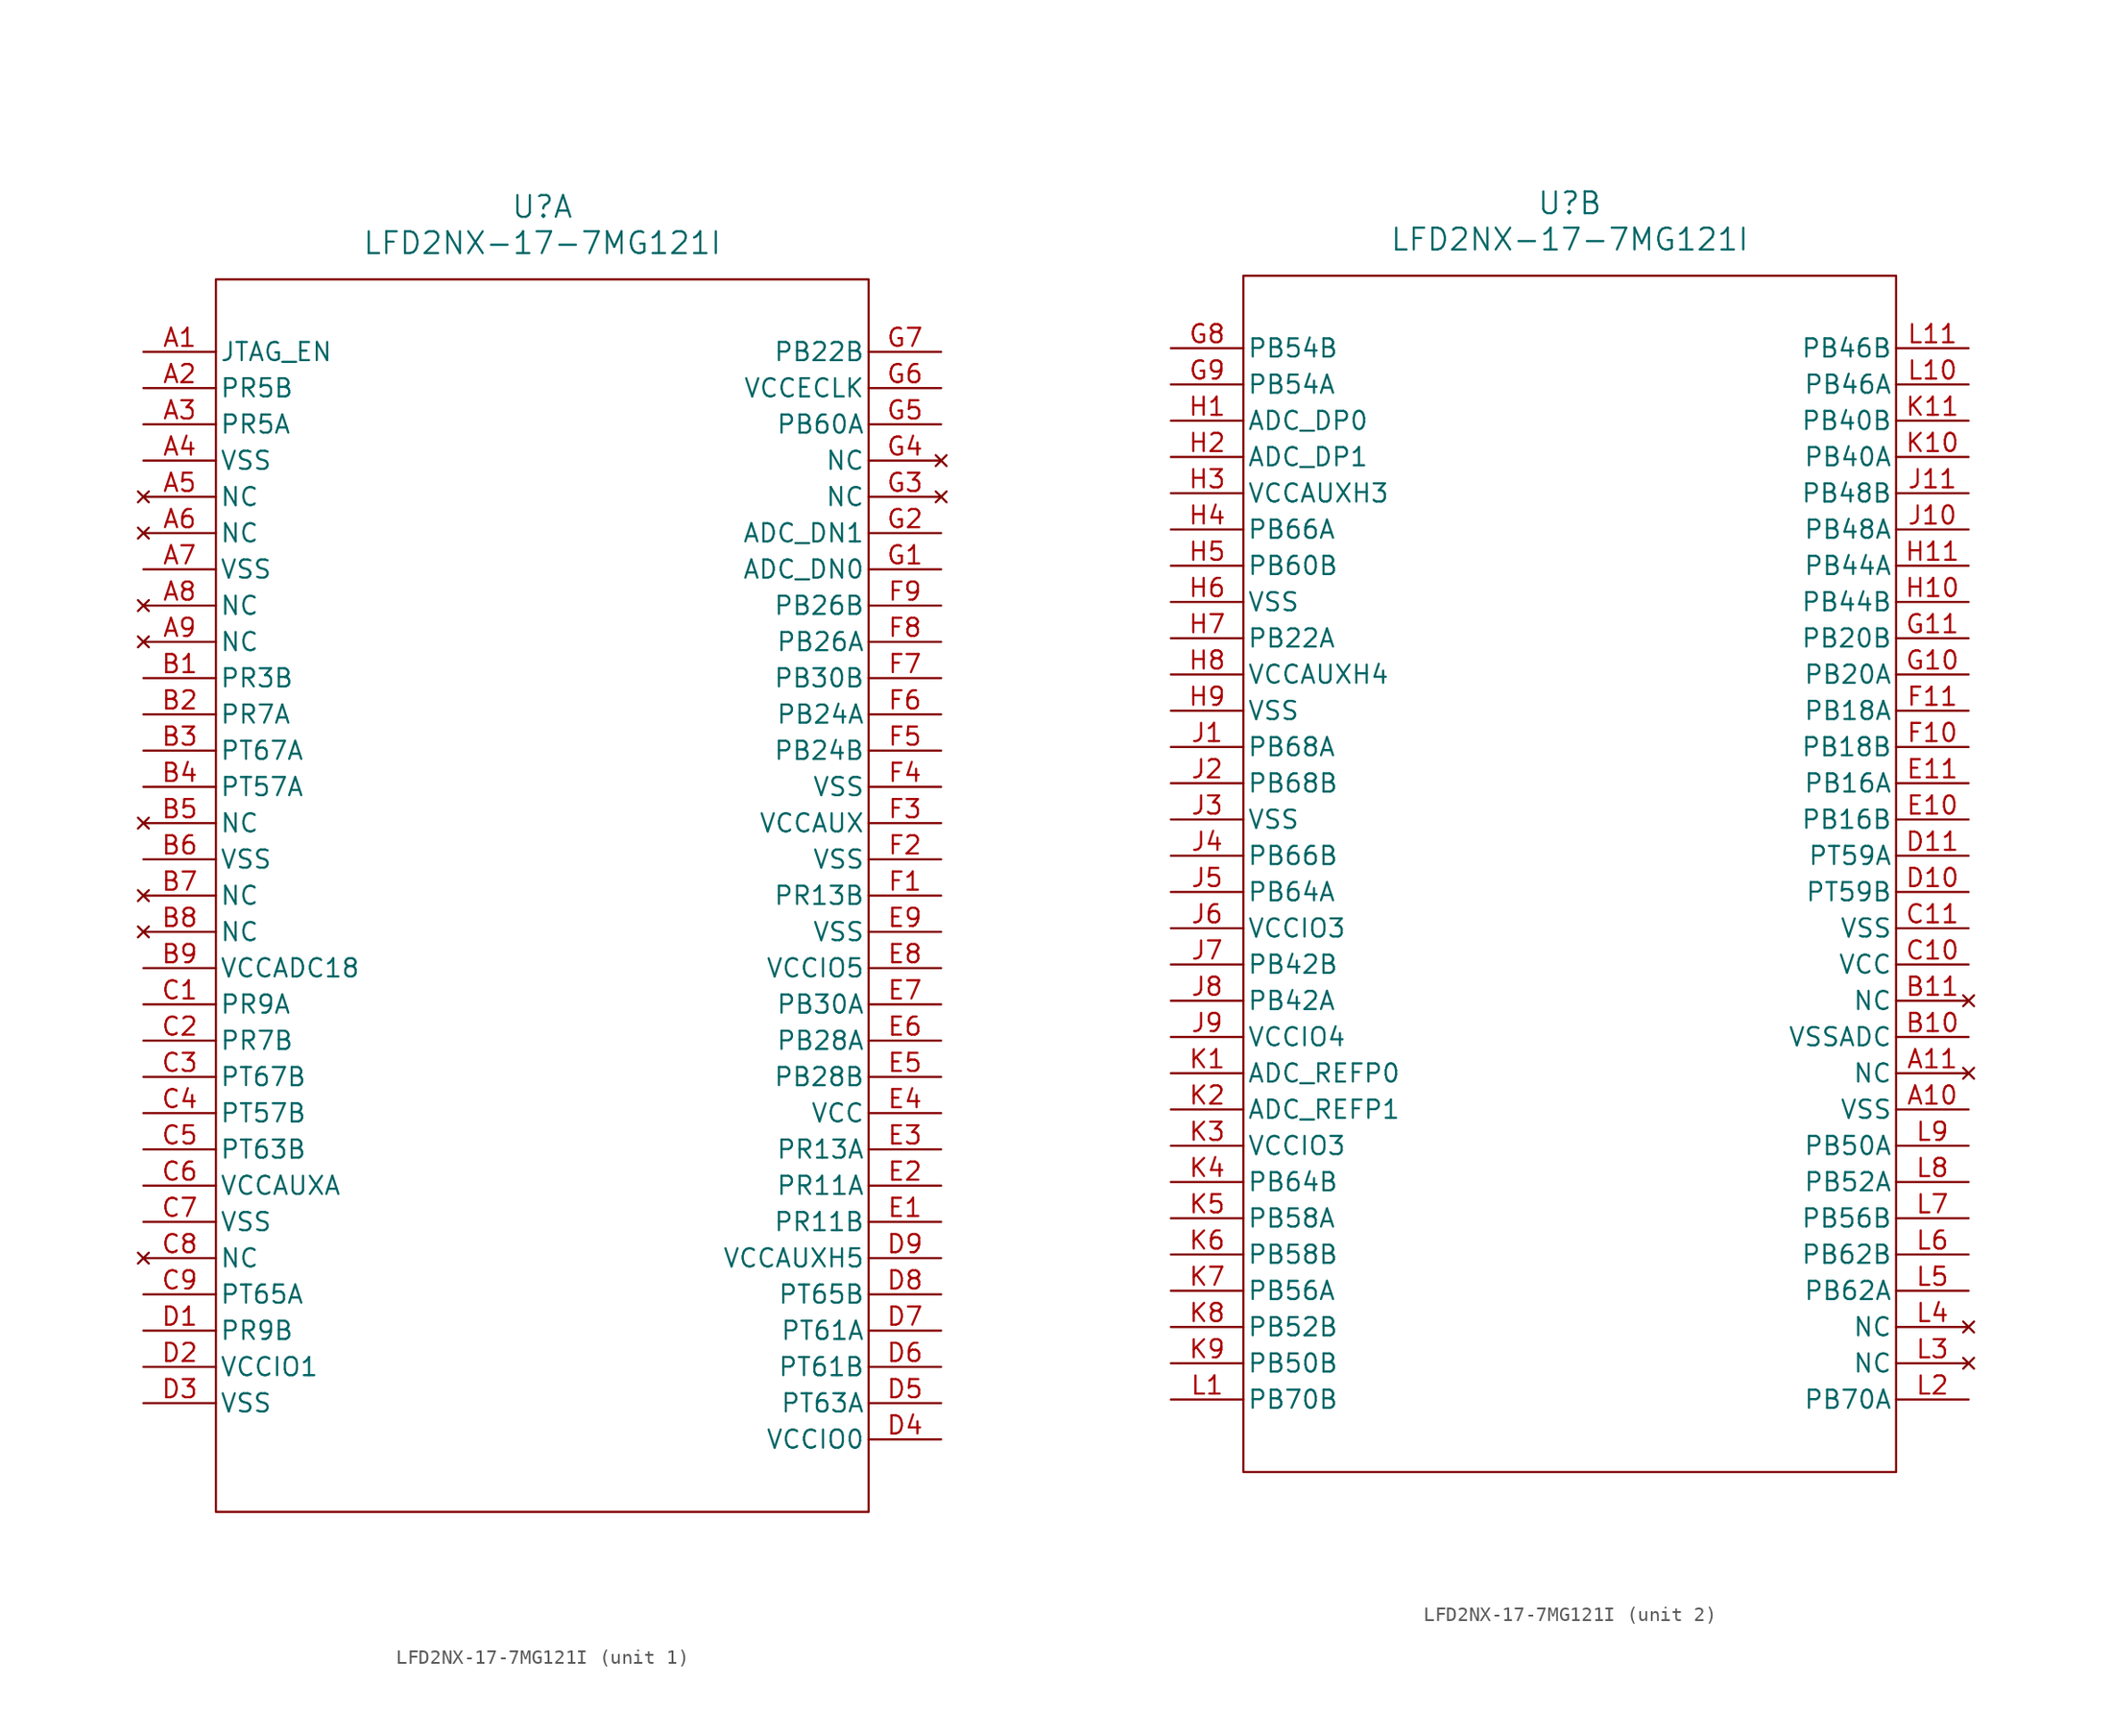
<source format=kicad_sym>
(kicad_symbol_lib
  (version 20241209)
  (generator "kicad_symbol_editor")
  (generator_version "9.0")
  (symbol "LFD2NX-17-7MG121I"
    (pin_names
      (offset 0.254))
    (property "Reference" "U"
      (at 27.94 10.16 0)
      (effects (font (size 1.524 1.524))))
    (property "Value" "LFD2NX-17-7MG121I"
      (at 27.94 7.62 0)
      (effects (font (size 1.524 1.524))))
    (property "ki_locked" ""
      (at 0 0 0)
      (effects (font (size 1.27 1.27))))
    (symbol "LFD2NX-17-7MG121I_1_1"
      (rectangle (start 50.8 5.08) (end 5.08 -81.28) (stroke (width 0) (type default)) (fill (type none)))
      (pin input line (at 0 0 0) (length 5.08) (name "JTAG_EN" (effects (font (size 1.27 1.27)))) (number "A1" (effects (font (size 1.27 1.27)))))
      (pin bidirectional line (at 0 -2.54 0) (length 5.08) (name "PR5B" (effects (font (size 1.27 1.27)))) (number "A2" (effects (font (size 1.27 1.27)))))
      (pin bidirectional line (at 0 -5.08 0) (length 5.08) (name "PR5A" (effects (font (size 1.27 1.27)))) (number "A3" (effects (font (size 1.27 1.27)))))
      (pin power_out line (at 0 -7.62 0) (length 5.08) (name "VSS" (effects (font (size 1.27 1.27)))) (number "A4" (effects (font (size 1.27 1.27)))))
      (pin no_connect line (at 0 -10.16 0) (length 5.08) (name "NC" (effects (font (size 1.27 1.27)))) (number "A5" (effects (font (size 1.27 1.27)))))
      (pin no_connect line (at 0 -12.7 0) (length 5.08) (name "NC" (effects (font (size 1.27 1.27)))) (number "A6" (effects (font (size 1.27 1.27)))))
      (pin power_out line (at 0 -15.24 0) (length 5.08) (name "VSS" (effects (font (size 1.27 1.27)))) (number "A7" (effects (font (size 1.27 1.27)))))
      (pin no_connect line (at 0 -17.78 0) (length 5.08) (name "NC" (effects (font (size 1.27 1.27)))) (number "A8" (effects (font (size 1.27 1.27)))))
      (pin no_connect line (at 0 -20.32 0) (length 5.08) (name "NC" (effects (font (size 1.27 1.27)))) (number "A9" (effects (font (size 1.27 1.27)))))
      (pin bidirectional line (at 0 -22.86 0) (length 5.08) (name "PR3B" (effects (font (size 1.27 1.27)))) (number "B1" (effects (font (size 1.27 1.27)))))
      (pin bidirectional line (at 0 -25.4 0) (length 5.08) (name "PR7A" (effects (font (size 1.27 1.27)))) (number "B2" (effects (font (size 1.27 1.27)))))
      (pin bidirectional line (at 0 -27.94 0) (length 5.08) (name "PT67A" (effects (font (size 1.27 1.27)))) (number "B3" (effects (font (size 1.27 1.27)))))
      (pin bidirectional line (at 0 -30.48 0) (length 5.08) (name "PT57A" (effects (font (size 1.27 1.27)))) (number "B4" (effects (font (size 1.27 1.27)))))
      (pin no_connect line (at 0 -33.02 0) (length 5.08) (name "NC" (effects (font (size 1.27 1.27)))) (number "B5" (effects (font (size 1.27 1.27)))))
      (pin power_out line (at 0 -35.56 0) (length 5.08) (name "VSS" (effects (font (size 1.27 1.27)))) (number "B6" (effects (font (size 1.27 1.27)))))
      (pin no_connect line (at 0 -38.1 0) (length 5.08) (name "NC" (effects (font (size 1.27 1.27)))) (number "B7" (effects (font (size 1.27 1.27)))))
      (pin no_connect line (at 0 -40.64 0) (length 5.08) (name "NC" (effects (font (size 1.27 1.27)))) (number "B8" (effects (font (size 1.27 1.27)))))
      (pin power_in line (at 0 -43.18 0) (length 5.08) (name "VCCADC18" (effects (font (size 1.27 1.27)))) (number "B9" (effects (font (size 1.27 1.27)))))
      (pin bidirectional line (at 0 -45.72 0) (length 5.08) (name "PR9A" (effects (font (size 1.27 1.27)))) (number "C1" (effects (font (size 1.27 1.27)))))
      (pin bidirectional line (at 0 -48.26 0) (length 5.08) (name "PR7B" (effects (font (size 1.27 1.27)))) (number "C2" (effects (font (size 1.27 1.27)))))
      (pin bidirectional line (at 0 -50.8 0) (length 5.08) (name "PT67B" (effects (font (size 1.27 1.27)))) (number "C3" (effects (font (size 1.27 1.27)))))
      (pin bidirectional line (at 0 -53.34 0) (length 5.08) (name "PT57B" (effects (font (size 1.27 1.27)))) (number "C4" (effects (font (size 1.27 1.27)))))
      (pin bidirectional line (at 0 -55.88 0) (length 5.08) (name "PT63B" (effects (font (size 1.27 1.27)))) (number "C5" (effects (font (size 1.27 1.27)))))
      (pin power_in line (at 0 -58.42 0) (length 5.08) (name "VCCAUXA" (effects (font (size 1.27 1.27)))) (number "C6" (effects (font (size 1.27 1.27)))))
      (pin power_out line (at 0 -60.96 0) (length 5.08) (name "VSS" (effects (font (size 1.27 1.27)))) (number "C7" (effects (font (size 1.27 1.27)))))
      (pin no_connect line (at 0 -63.5 0) (length 5.08) (name "NC" (effects (font (size 1.27 1.27)))) (number "C8" (effects (font (size 1.27 1.27)))))
      (pin bidirectional line (at 0 -66.04 0) (length 5.08) (name "PT65A" (effects (font (size 1.27 1.27)))) (number "C9" (effects (font (size 1.27 1.27)))))
      (pin bidirectional line (at 0 -68.58 0) (length 5.08) (name "PR9B" (effects (font (size 1.27 1.27)))) (number "D1" (effects (font (size 1.27 1.27)))))
      (pin power_in line (at 0 -71.12 0) (length 5.08) (name "VCCIO1" (effects (font (size 1.27 1.27)))) (number "D2" (effects (font (size 1.27 1.27)))))
      (pin power_out line (at 0 -73.66 0) (length 5.08) (name "VSS" (effects (font (size 1.27 1.27)))) (number "D3" (effects (font (size 1.27 1.27)))))
      (pin bidirectional line (at 55.88 0 180) (length 5.08) (name "PB22B" (effects (font (size 1.27 1.27)))) (number "G7" (effects (font (size 1.27 1.27)))))
      (pin power_in line (at 55.88 -2.54 180) (length 5.08) (name "VCCECLK" (effects (font (size 1.27 1.27)))) (number "G6" (effects (font (size 1.27 1.27)))))
      (pin bidirectional line (at 55.88 -5.08 180) (length 5.08) (name "PB60A" (effects (font (size 1.27 1.27)))) (number "G5" (effects (font (size 1.27 1.27)))))
      (pin no_connect line (at 55.88 -7.62 180) (length 5.08) (name "NC" (effects (font (size 1.27 1.27)))) (number "G4" (effects (font (size 1.27 1.27)))))
      (pin no_connect line (at 55.88 -10.16 180) (length 5.08) (name "NC" (effects (font (size 1.27 1.27)))) (number "G3" (effects (font (size 1.27 1.27)))))
      (pin input line (at 55.88 -12.7 180) (length 5.08) (name "ADC_DN1" (effects (font (size 1.27 1.27)))) (number "G2" (effects (font (size 1.27 1.27)))))
      (pin input line (at 55.88 -15.24 180) (length 5.08) (name "ADC_DN0" (effects (font (size 1.27 1.27)))) (number "G1" (effects (font (size 1.27 1.27)))))
      (pin bidirectional line (at 55.88 -17.78 180) (length 5.08) (name "PB26B" (effects (font (size 1.27 1.27)))) (number "F9" (effects (font (size 1.27 1.27)))))
      (pin bidirectional line (at 55.88 -20.32 180) (length 5.08) (name "PB26A" (effects (font (size 1.27 1.27)))) (number "F8" (effects (font (size 1.27 1.27)))))
      (pin bidirectional line (at 55.88 -22.86 180) (length 5.08) (name "PB30B" (effects (font (size 1.27 1.27)))) (number "F7" (effects (font (size 1.27 1.27)))))
      (pin bidirectional line (at 55.88 -25.4 180) (length 5.08) (name "PB24A" (effects (font (size 1.27 1.27)))) (number "F6" (effects (font (size 1.27 1.27)))))
      (pin bidirectional line (at 55.88 -27.94 180) (length 5.08) (name "PB24B" (effects (font (size 1.27 1.27)))) (number "F5" (effects (font (size 1.27 1.27)))))
      (pin power_out line (at 55.88 -30.48 180) (length 5.08) (name "VSS" (effects (font (size 1.27 1.27)))) (number "F4" (effects (font (size 1.27 1.27)))))
      (pin power_in line (at 55.88 -33.02 180) (length 5.08) (name "VCCAUX" (effects (font (size 1.27 1.27)))) (number "F3" (effects (font (size 1.27 1.27)))))
      (pin power_out line (at 55.88 -35.56 180) (length 5.08) (name "VSS" (effects (font (size 1.27 1.27)))) (number "F2" (effects (font (size 1.27 1.27)))))
      (pin bidirectional line (at 55.88 -38.1 180) (length 5.08) (name "PR13B" (effects (font (size 1.27 1.27)))) (number "F1" (effects (font (size 1.27 1.27)))))
      (pin power_out line (at 55.88 -40.64 180) (length 5.08) (name "VSS" (effects (font (size 1.27 1.27)))) (number "E9" (effects (font (size 1.27 1.27)))))
      (pin power_in line (at 55.88 -43.18 180) (length 5.08) (name "VCCIO5" (effects (font (size 1.27 1.27)))) (number "E8" (effects (font (size 1.27 1.27)))))
      (pin bidirectional line (at 55.88 -45.72 180) (length 5.08) (name "PB30A" (effects (font (size 1.27 1.27)))) (number "E7" (effects (font (size 1.27 1.27)))))
      (pin bidirectional line (at 55.88 -48.26 180) (length 5.08) (name "PB28A" (effects (font (size 1.27 1.27)))) (number "E6" (effects (font (size 1.27 1.27)))))
      (pin bidirectional line (at 55.88 -50.8 180) (length 5.08) (name "PB28B" (effects (font (size 1.27 1.27)))) (number "E5" (effects (font (size 1.27 1.27)))))
      (pin power_in line (at 55.88 -53.34 180) (length 5.08) (name "VCC" (effects (font (size 1.27 1.27)))) (number "E4" (effects (font (size 1.27 1.27)))))
      (pin bidirectional line (at 55.88 -55.88 180) (length 5.08) (name "PR13A" (effects (font (size 1.27 1.27)))) (number "E3" (effects (font (size 1.27 1.27)))))
      (pin bidirectional line (at 55.88 -58.42 180) (length 5.08) (name "PR11A" (effects (font (size 1.27 1.27)))) (number "E2" (effects (font (size 1.27 1.27)))))
      (pin bidirectional line (at 55.88 -60.96 180) (length 5.08) (name "PR11B" (effects (font (size 1.27 1.27)))) (number "E1" (effects (font (size 1.27 1.27)))))
      (pin power_in line (at 55.88 -63.5 180) (length 5.08) (name "VCCAUXH5" (effects (font (size 1.27 1.27)))) (number "D9" (effects (font (size 1.27 1.27)))))
      (pin bidirectional line (at 55.88 -66.04 180) (length 5.08) (name "PT65B" (effects (font (size 1.27 1.27)))) (number "D8" (effects (font (size 1.27 1.27)))))
      (pin bidirectional line (at 55.88 -68.58 180) (length 5.08) (name "PT61A" (effects (font (size 1.27 1.27)))) (number "D7" (effects (font (size 1.27 1.27)))))
      (pin bidirectional line (at 55.88 -71.12 180) (length 5.08) (name "PT61B" (effects (font (size 1.27 1.27)))) (number "D6" (effects (font (size 1.27 1.27)))))
      (pin bidirectional line (at 55.88 -73.66 180) (length 5.08) (name "PT63A" (effects (font (size 1.27 1.27)))) (number "D5" (effects (font (size 1.27 1.27)))))
      (pin power_in line (at 55.88 -76.2 180) (length 5.08) (name "VCCIO0" (effects (font (size 1.27 1.27)))) (number "D4" (effects (font (size 1.27 1.27))))))
    (symbol "LFD2NX-17-7MG121I_2_1"
      (rectangle (start 5.08 5.08) (end 50.8 -78.74) (stroke (width 0) (type default)) (fill (type none)))
      (pin bidirectional line (at 0 0 0) (length 5.08) (name "PB54B" (effects (font (size 1.27 1.27)))) (number "G8" (effects (font (size 1.27 1.27)))))
      (pin bidirectional line (at 0 -2.54 0) (length 5.08) (name "PB54A" (effects (font (size 1.27 1.27)))) (number "G9" (effects (font (size 1.27 1.27)))))
      (pin input line (at 0 -5.08 0) (length 5.08) (name "ADC_DP0" (effects (font (size 1.27 1.27)))) (number "H1" (effects (font (size 1.27 1.27)))))
      (pin input line (at 0 -7.62 0) (length 5.08) (name "ADC_DP1" (effects (font (size 1.27 1.27)))) (number "H2" (effects (font (size 1.27 1.27)))))
      (pin power_in line (at 0 -10.16 0) (length 5.08) (name "VCCAUXH3" (effects (font (size 1.27 1.27)))) (number "H3" (effects (font (size 1.27 1.27)))))
      (pin bidirectional line (at 0 -12.7 0) (length 5.08) (name "PB66A" (effects (font (size 1.27 1.27)))) (number "H4" (effects (font (size 1.27 1.27)))))
      (pin bidirectional line (at 0 -15.24 0) (length 5.08) (name "PB60B" (effects (font (size 1.27 1.27)))) (number "H5" (effects (font (size 1.27 1.27)))))
      (pin power_out line (at 0 -17.78 0) (length 5.08) (name "VSS" (effects (font (size 1.27 1.27)))) (number "H6" (effects (font (size 1.27 1.27)))))
      (pin bidirectional line (at 0 -20.32 0) (length 5.08) (name "PB22A" (effects (font (size 1.27 1.27)))) (number "H7" (effects (font (size 1.27 1.27)))))
      (pin power_in line (at 0 -22.86 0) (length 5.08) (name "VCCAUXH4" (effects (font (size 1.27 1.27)))) (number "H8" (effects (font (size 1.27 1.27)))))
      (pin power_out line (at 0 -25.4 0) (length 5.08) (name "VSS" (effects (font (size 1.27 1.27)))) (number "H9" (effects (font (size 1.27 1.27)))))
      (pin bidirectional line (at 0 -27.94 0) (length 5.08) (name "PB68A" (effects (font (size 1.27 1.27)))) (number "J1" (effects (font (size 1.27 1.27)))))
      (pin bidirectional line (at 0 -30.48 0) (length 5.08) (name "PB68B" (effects (font (size 1.27 1.27)))) (number "J2" (effects (font (size 1.27 1.27)))))
      (pin power_out line (at 0 -33.02 0) (length 5.08) (name "VSS" (effects (font (size 1.27 1.27)))) (number "J3" (effects (font (size 1.27 1.27)))))
      (pin bidirectional line (at 0 -35.56 0) (length 5.08) (name "PB66B" (effects (font (size 1.27 1.27)))) (number "J4" (effects (font (size 1.27 1.27)))))
      (pin bidirectional line (at 0 -38.1 0) (length 5.08) (name "PB64A" (effects (font (size 1.27 1.27)))) (number "J5" (effects (font (size 1.27 1.27)))))
      (pin power_in line (at 0 -40.64 0) (length 5.08) (name "VCCIO3" (effects (font (size 1.27 1.27)))) (number "J6" (effects (font (size 1.27 1.27)))))
      (pin bidirectional line (at 0 -43.18 0) (length 5.08) (name "PB42B" (effects (font (size 1.27 1.27)))) (number "J7" (effects (font (size 1.27 1.27)))))
      (pin bidirectional line (at 0 -45.72 0) (length 5.08) (name "PB42A" (effects (font (size 1.27 1.27)))) (number "J8" (effects (font (size 1.27 1.27)))))
      (pin power_in line (at 0 -48.26 0) (length 5.08) (name "VCCIO4" (effects (font (size 1.27 1.27)))) (number "J9" (effects (font (size 1.27 1.27)))))
      (pin input line (at 0 -50.8 0) (length 5.08) (name "ADC_REFP0" (effects (font (size 1.27 1.27)))) (number "K1" (effects (font (size 1.27 1.27)))))
      (pin input line (at 0 -53.34 0) (length 5.08) (name "ADC_REFP1" (effects (font (size 1.27 1.27)))) (number "K2" (effects (font (size 1.27 1.27)))))
      (pin power_in line (at 0 -55.88 0) (length 5.08) (name "VCCIO3" (effects (font (size 1.27 1.27)))) (number "K3" (effects (font (size 1.27 1.27)))))
      (pin bidirectional line (at 0 -58.42 0) (length 5.08) (name "PB64B" (effects (font (size 1.27 1.27)))) (number "K4" (effects (font (size 1.27 1.27)))))
      (pin bidirectional line (at 0 -60.96 0) (length 5.08) (name "PB58A" (effects (font (size 1.27 1.27)))) (number "K5" (effects (font (size 1.27 1.27)))))
      (pin bidirectional line (at 0 -63.5 0) (length 5.08) (name "PB58B" (effects (font (size 1.27 1.27)))) (number "K6" (effects (font (size 1.27 1.27)))))
      (pin bidirectional line (at 0 -66.04 0) (length 5.08) (name "PB56A" (effects (font (size 1.27 1.27)))) (number "K7" (effects (font (size 1.27 1.27)))))
      (pin bidirectional line (at 0 -68.58 0) (length 5.08) (name "PB52B" (effects (font (size 1.27 1.27)))) (number "K8" (effects (font (size 1.27 1.27)))))
      (pin bidirectional line (at 0 -71.12 0) (length 5.08) (name "PB50B" (effects (font (size 1.27 1.27)))) (number "K9" (effects (font (size 1.27 1.27)))))
      (pin bidirectional line (at 0 -73.66 0) (length 5.08) (name "PB70B" (effects (font (size 1.27 1.27)))) (number "L1" (effects (font (size 1.27 1.27)))))
      (pin bidirectional line (at 55.88 0 180) (length 5.08) (name "PB46B" (effects (font (size 1.27 1.27)))) (number "L11" (effects (font (size 1.27 1.27)))))
      (pin bidirectional line (at 55.88 -2.54 180) (length 5.08) (name "PB46A" (effects (font (size 1.27 1.27)))) (number "L10" (effects (font (size 1.27 1.27)))))
      (pin bidirectional line (at 55.88 -5.08 180) (length 5.08) (name "PB40B" (effects (font (size 1.27 1.27)))) (number "K11" (effects (font (size 1.27 1.27)))))
      (pin bidirectional line (at 55.88 -7.62 180) (length 5.08) (name "PB40A" (effects (font (size 1.27 1.27)))) (number "K10" (effects (font (size 1.27 1.27)))))
      (pin bidirectional line (at 55.88 -10.16 180) (length 5.08) (name "PB48B" (effects (font (size 1.27 1.27)))) (number "J11" (effects (font (size 1.27 1.27)))))
      (pin bidirectional line (at 55.88 -12.7 180) (length 5.08) (name "PB48A" (effects (font (size 1.27 1.27)))) (number "J10" (effects (font (size 1.27 1.27)))))
      (pin bidirectional line (at 55.88 -15.24 180) (length 5.08) (name "PB44A" (effects (font (size 1.27 1.27)))) (number "H11" (effects (font (size 1.27 1.27)))))
      (pin bidirectional line (at 55.88 -17.78 180) (length 5.08) (name "PB44B" (effects (font (size 1.27 1.27)))) (number "H10" (effects (font (size 1.27 1.27)))))
      (pin bidirectional line (at 55.88 -20.32 180) (length 5.08) (name "PB20B" (effects (font (size 1.27 1.27)))) (number "G11" (effects (font (size 1.27 1.27)))))
      (pin bidirectional line (at 55.88 -22.86 180) (length 5.08) (name "PB20A" (effects (font (size 1.27 1.27)))) (number "G10" (effects (font (size 1.27 1.27)))))
      (pin bidirectional line (at 55.88 -25.4 180) (length 5.08) (name "PB18A" (effects (font (size 1.27 1.27)))) (number "F11" (effects (font (size 1.27 1.27)))))
      (pin bidirectional line (at 55.88 -27.94 180) (length 5.08) (name "PB18B" (effects (font (size 1.27 1.27)))) (number "F10" (effects (font (size 1.27 1.27)))))
      (pin bidirectional line (at 55.88 -30.48 180) (length 5.08) (name "PB16A" (effects (font (size 1.27 1.27)))) (number "E11" (effects (font (size 1.27 1.27)))))
      (pin bidirectional line (at 55.88 -33.02 180) (length 5.08) (name "PB16B" (effects (font (size 1.27 1.27)))) (number "E10" (effects (font (size 1.27 1.27)))))
      (pin bidirectional line (at 55.88 -35.56 180) (length 5.08) (name "PT59A" (effects (font (size 1.27 1.27)))) (number "D11" (effects (font (size 1.27 1.27)))))
      (pin bidirectional line (at 55.88 -38.1 180) (length 5.08) (name "PT59B" (effects (font (size 1.27 1.27)))) (number "D10" (effects (font (size 1.27 1.27)))))
      (pin power_out line (at 55.88 -40.64 180) (length 5.08) (name "VSS" (effects (font (size 1.27 1.27)))) (number "C11" (effects (font (size 1.27 1.27)))))
      (pin power_in line (at 55.88 -43.18 180) (length 5.08) (name "VCC" (effects (font (size 1.27 1.27)))) (number "C10" (effects (font (size 1.27 1.27)))))
      (pin no_connect line (at 55.88 -45.72 180) (length 5.08) (name "NC" (effects (font (size 1.27 1.27)))) (number "B11" (effects (font (size 1.27 1.27)))))
      (pin power_out line (at 55.88 -48.26 180) (length 5.08) (name "VSSADC" (effects (font (size 1.27 1.27)))) (number "B10" (effects (font (size 1.27 1.27)))))
      (pin no_connect line (at 55.88 -50.8 180) (length 5.08) (name "NC" (effects (font (size 1.27 1.27)))) (number "A11" (effects (font (size 1.27 1.27)))))
      (pin power_out line (at 55.88 -53.34 180) (length 5.08) (name "VSS" (effects (font (size 1.27 1.27)))) (number "A10" (effects (font (size 1.27 1.27)))))
      (pin bidirectional line (at 55.88 -55.88 180) (length 5.08) (name "PB50A" (effects (font (size 1.27 1.27)))) (number "L9" (effects (font (size 1.27 1.27)))))
      (pin bidirectional line (at 55.88 -58.42 180) (length 5.08) (name "PB52A" (effects (font (size 1.27 1.27)))) (number "L8" (effects (font (size 1.27 1.27)))))
      (pin bidirectional line (at 55.88 -60.96 180) (length 5.08) (name "PB56B" (effects (font (size 1.27 1.27)))) (number "L7" (effects (font (size 1.27 1.27)))))
      (pin bidirectional line (at 55.88 -63.5 180) (length 5.08) (name "PB62B" (effects (font (size 1.27 1.27)))) (number "L6" (effects (font (size 1.27 1.27)))))
      (pin bidirectional line (at 55.88 -66.04 180) (length 5.08) (name "PB62A" (effects (font (size 1.27 1.27)))) (number "L5" (effects (font (size 1.27 1.27)))))
      (pin no_connect line (at 55.88 -68.58 180) (length 5.08) (name "NC" (effects (font (size 1.27 1.27)))) (number "L4" (effects (font (size 1.27 1.27)))))
      (pin no_connect line (at 55.88 -71.12 180) (length 5.08) (name "NC" (effects (font (size 1.27 1.27)))) (number "L3" (effects (font (size 1.27 1.27)))))
      (pin bidirectional line (at 55.88 -73.66 180) (length 5.08) (name "PB70A" (effects (font (size 1.27 1.27)))) (number "L2" (effects (font (size 1.27 1.27))))))))
</source>
